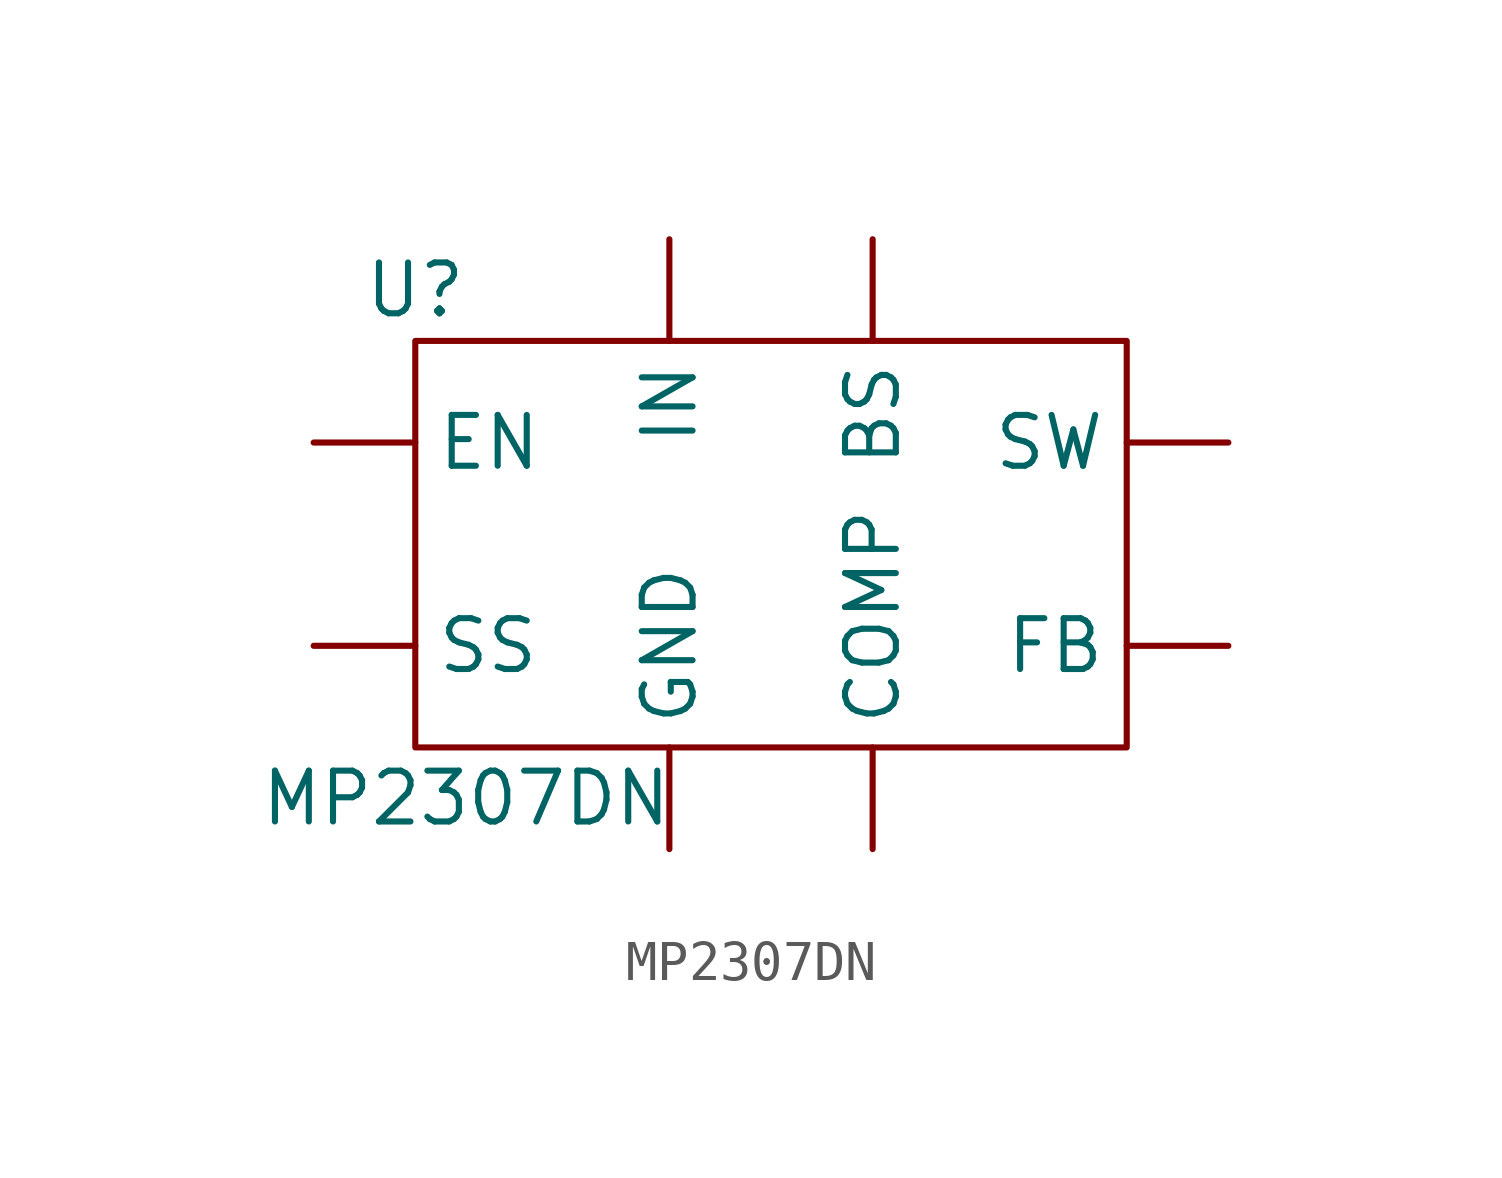
<source format=kicad_sym>
(kicad_symbol_lib
  (version 20211014)
  (generator kicad_symbol_editor)
  (symbol "MP2307DN"
    (property "Reference" "U"
      (at -8.89 6.35 0)
      (effects (font (size 1.27 1.27))))
    (property "Value" "MP2307DN"
      (at -7.62 -6.35 0)
      (effects (font (size 1.27 1.27))))
    (symbol "MP2307DN_0_1"
      (rectangle (start -8.89 5.08) (end 8.89 -5.08) (stroke (width 0) (type default) (color 0 0 0 0)) (fill (type none))))
    (symbol "MP2307DN_1_1"
      (pin passive line (at 2.54 7.62 270) (length 2.54) (name "BS" (effects (font (size 1.27 1.27)))) (number "" (effects (font (size 1.27 1.27)))))
      (pin passive line (at 2.54 -7.62 90) (length 2.54) (name "COMP" (effects (font (size 1.27 1.27)))) (number "" (effects (font (size 1.27 1.27)))))
      (pin input line (at -11.43 2.54 0) (length 2.54) (name "EN" (effects (font (size 1.27 1.27)))) (number "" (effects (font (size 1.27 1.27)))))
      (pin input line (at 11.43 -2.54 180) (length 2.54) (name "FB" (effects (font (size 1.27 1.27)))) (number "" (effects (font (size 1.27 1.27)))))
      (pin power_in line (at -2.54 -7.62 90) (length 2.54) (name "GND" (effects (font (size 1.27 1.27)))) (number "" (effects (font (size 1.27 1.27)))))
      (pin power_in line (at -2.54 7.62 270) (length 2.54) (name "IN" (effects (font (size 1.27 1.27)))) (number "" (effects (font (size 1.27 1.27)))))
      (pin input line (at -11.43 -2.54 0) (length 2.54) (name "SS" (effects (font (size 1.27 1.27)))) (number "" (effects (font (size 1.27 1.27)))))
      (pin power_out line (at 11.43 2.54 180) (length 2.54) (name "SW" (effects (font (size 1.27 1.27)))) (number "" (effects (font (size 1.27 1.27))))))))
</source>
